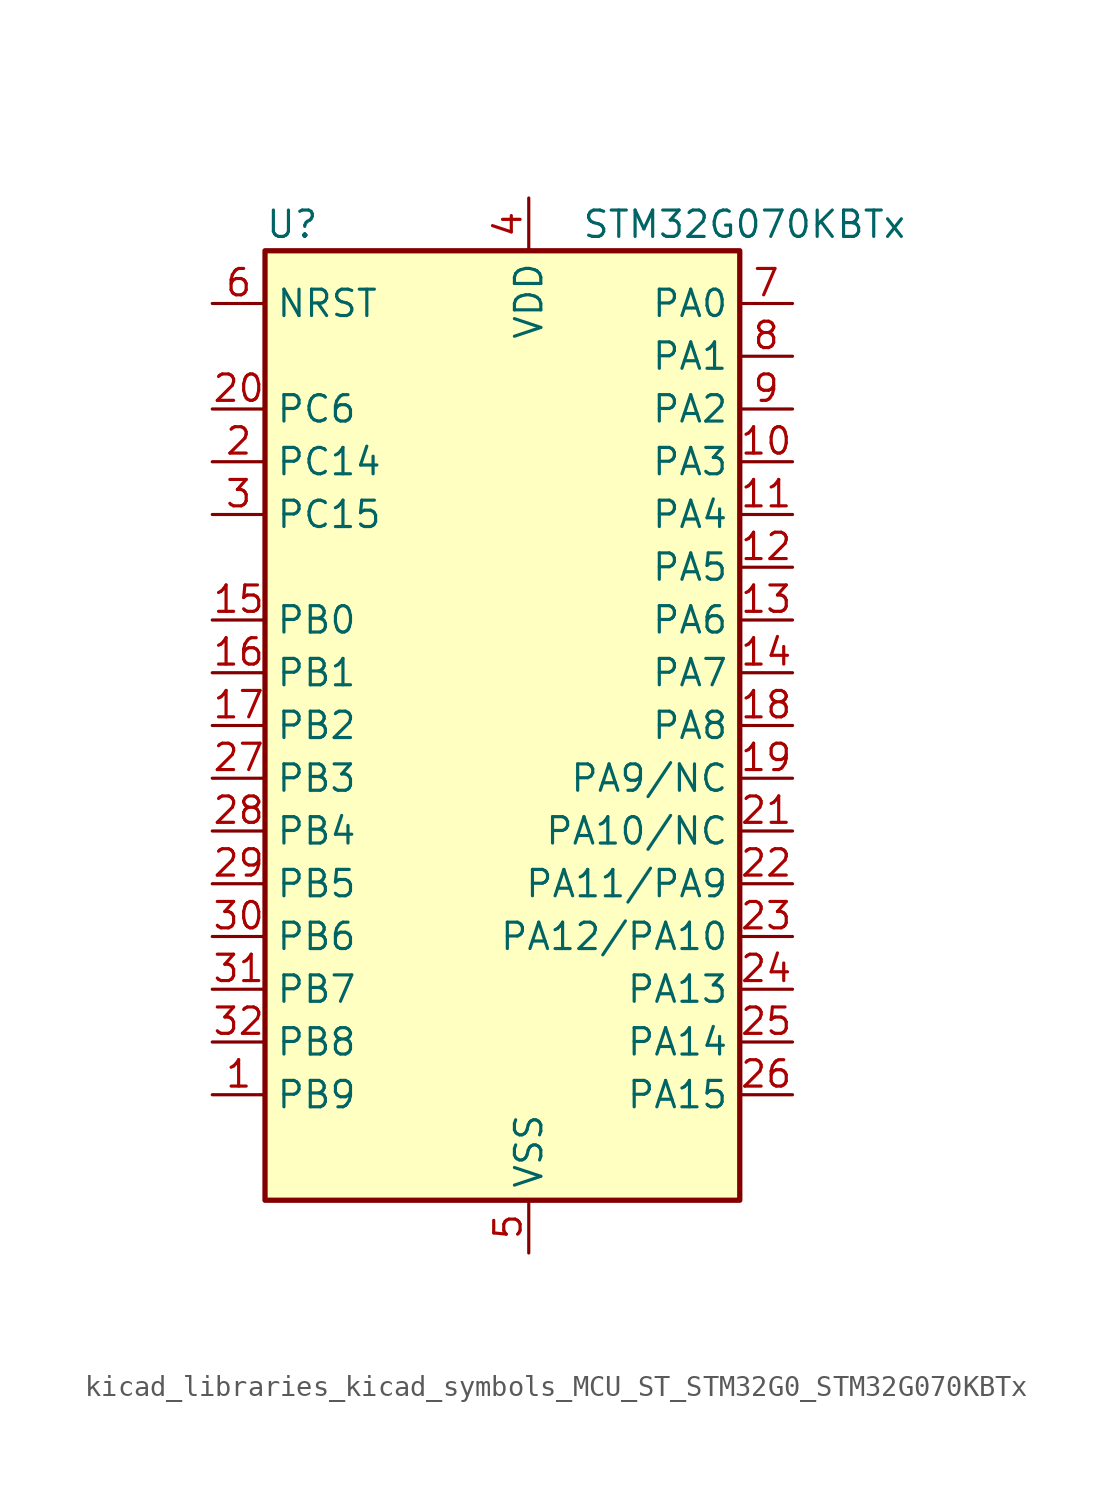
<source format=kicad_sym>
(kicad_symbol_lib
  (version 20220914)
  (generator kicad_symbol_editor)
  (symbol "kicad_libraries_kicad_symbols_MCU_ST_STM32G0_STM32G070KBTx"
    (property "Reference" "U"
      (at -10.16 24.13 0)
      (effects (font (size 1.27 1.27)) (justify left)))
    (property "Value" "STM32G070KBTx"
      (at 5.08 24.13 0)
      (effects (font (size 1.27 1.27)) (justify left)))
    (property "ki_locked" ""
      (at 0 0 0)
      (effects (font (size 1.27 1.27))))
    (symbol "kicad_libraries_kicad_symbols_MCU_ST_STM32G0_STM32G070KBTx_0_1"
      (rectangle (start -10.16 -22.86) (end 12.7 22.86) (stroke (width 0.254) (type default)) (fill (type background))))
    (symbol "kicad_libraries_kicad_symbols_MCU_ST_STM32G0_STM32G070KBTx_1_1"
      (pin bidirectional line (at -12.7 -17.78 0) (length 2.54) (name "PB9" (effects (font (size 1.27 1.27)))) (number "1" (effects (font (size 1.27 1.27)))) (alternate "I2C1_SDA" bidirectional line) (alternate "IR_OUT" bidirectional line) (alternate "SPI2_NSS" bidirectional line) (alternate "TIM17_CH1" bidirectional line) (alternate "USART3_RX" bidirectional line))
      (pin bidirectional line (at 15.24 12.7 180) (length 2.54) (name "PA3" (effects (font (size 1.27 1.27)))) (number "10" (effects (font (size 1.27 1.27)))) (alternate "ADC1_IN3" bidirectional line) (alternate "SPI2_MISO" bidirectional line) (alternate "TIM15_CH2" bidirectional line) (alternate "USART2_RX" bidirectional line))
      (pin bidirectional line (at 15.24 10.16 180) (length 2.54) (name "PA4" (effects (font (size 1.27 1.27)))) (number "11" (effects (font (size 1.27 1.27)))) (alternate "ADC1_IN4" bidirectional line) (alternate "I2S1_WS" bidirectional line) (alternate "RTC_OUT_ALARM" bidirectional line) (alternate "RTC_OUT_CALIB" bidirectional line) (alternate "RTC_TAMP_IN1" bidirectional line) (alternate "RTC_TS" bidirectional line) (alternate "SPI1_NSS" bidirectional line) (alternate "SPI2_MOSI" bidirectional line) (alternate "SYS_WKUP2" bidirectional line) (alternate "TIM14_CH1" bidirectional line))
      (pin bidirectional line (at 15.24 7.62 180) (length 2.54) (name "PA5" (effects (font (size 1.27 1.27)))) (number "12" (effects (font (size 1.27 1.27)))) (alternate "ADC1_IN5" bidirectional line) (alternate "I2S1_CK" bidirectional line) (alternate "SPI1_SCK" bidirectional line) (alternate "USART3_TX" bidirectional line))
      (pin bidirectional line (at 15.24 5.08 180) (length 2.54) (name "PA6" (effects (font (size 1.27 1.27)))) (number "13" (effects (font (size 1.27 1.27)))) (alternate "ADC1_IN6" bidirectional line) (alternate "I2S1_MCK" bidirectional line) (alternate "SPI1_MISO" bidirectional line) (alternate "TIM16_CH1" bidirectional line) (alternate "TIM1_BK" bidirectional line) (alternate "TIM3_CH1" bidirectional line) (alternate "USART3_CTS" bidirectional line) (alternate "USART3_NSS" bidirectional line))
      (pin bidirectional line (at 15.24 2.54 180) (length 2.54) (name "PA7" (effects (font (size 1.27 1.27)))) (number "14" (effects (font (size 1.27 1.27)))) (alternate "ADC1_IN7" bidirectional line) (alternate "I2S1_SD" bidirectional line) (alternate "SPI1_MOSI" bidirectional line) (alternate "TIM14_CH1" bidirectional line) (alternate "TIM17_CH1" bidirectional line) (alternate "TIM1_CH1N" bidirectional line) (alternate "TIM3_CH2" bidirectional line))
      (pin bidirectional line (at -12.7 5.08 0) (length 2.54) (name "PB0" (effects (font (size 1.27 1.27)))) (number "15" (effects (font (size 1.27 1.27)))) (alternate "ADC1_IN8" bidirectional line) (alternate "I2S1_WS" bidirectional line) (alternate "SPI1_NSS" bidirectional line) (alternate "TIM1_CH2N" bidirectional line) (alternate "TIM3_CH3" bidirectional line) (alternate "USART3_RX" bidirectional line))
      (pin bidirectional line (at -12.7 2.54 0) (length 2.54) (name "PB1" (effects (font (size 1.27 1.27)))) (number "16" (effects (font (size 1.27 1.27)))) (alternate "ADC1_IN9" bidirectional line) (alternate "TIM14_CH1" bidirectional line) (alternate "TIM1_CH3N" bidirectional line) (alternate "TIM3_CH4" bidirectional line) (alternate "USART3_CK" bidirectional line) (alternate "USART3_DE" bidirectional line) (alternate "USART3_RTS" bidirectional line))
      (pin bidirectional line (at -12.7 0 0) (length 2.54) (name "PB2" (effects (font (size 1.27 1.27)))) (number "17" (effects (font (size 1.27 1.27)))) (alternate "ADC1_IN10" bidirectional line) (alternate "SPI2_MISO" bidirectional line) (alternate "USART3_TX" bidirectional line))
      (pin bidirectional line (at 15.24 0 180) (length 2.54) (name "PA8" (effects (font (size 1.27 1.27)))) (number "18" (effects (font (size 1.27 1.27)))) (alternate "RCC_MCO" bidirectional line) (alternate "SPI2_NSS" bidirectional line) (alternate "TIM1_CH1" bidirectional line))
      (pin bidirectional line (at 15.24 -2.54 180) (length 2.54) (name "PA9/NC" (effects (font (size 1.27 1.27)))) (number "19" (effects (font (size 1.27 1.27)))) (alternate "I2C1_SCL" bidirectional line) (alternate "RCC_MCO" bidirectional line) (alternate "SPI2_MISO" bidirectional line) (alternate "TIM15_BK" bidirectional line) (alternate "TIM1_CH2" bidirectional line) (alternate "USART1_TX" bidirectional line))
      (pin bidirectional line (at -12.7 12.7 0) (length 2.54) (name "PC14" (effects (font (size 1.27 1.27)))) (number "2" (effects (font (size 1.27 1.27)))) (alternate "RCC_OSC32_IN" bidirectional line) (alternate "RCC_OSC_IN" bidirectional line) (alternate "TIM1_BK2" bidirectional line))
      (pin bidirectional line (at -12.7 15.24 0) (length 2.54) (name "PC6" (effects (font (size 1.27 1.27)))) (number "20" (effects (font (size 1.27 1.27)))) (alternate "TIM3_CH1" bidirectional line))
      (pin bidirectional line (at 15.24 -5.08 180) (length 2.54) (name "PA10/NC" (effects (font (size 1.27 1.27)))) (number "21" (effects (font (size 1.27 1.27)))) (alternate "I2C1_SDA" bidirectional line) (alternate "SPI2_MOSI" bidirectional line) (alternate "TIM17_BK" bidirectional line) (alternate "TIM1_CH3" bidirectional line) (alternate "USART1_RX" bidirectional line))
      (pin bidirectional line (at 15.24 -7.62 180) (length 2.54) (name "PA11/PA9" (effects (font (size 1.27 1.27)))) (number "22" (effects (font (size 1.27 1.27)))) (alternate "ADC1_EXTI11" bidirectional line) (alternate "I2C2_SCL" bidirectional line) (alternate "I2S1_MCK" bidirectional line) (alternate "SPI1_MISO" bidirectional line) (alternate "TIM1_BK2" bidirectional line) (alternate "TIM1_CH4" bidirectional line) (alternate "USART1_CTS" bidirectional line) (alternate "USART1_NSS" bidirectional line))
      (pin bidirectional line (at 15.24 -10.16 180) (length 2.54) (name "PA12/PA10" (effects (font (size 1.27 1.27)))) (number "23" (effects (font (size 1.27 1.27)))) (alternate "I2C2_SDA" bidirectional line) (alternate "I2S1_SD" bidirectional line) (alternate "I2S_CKIN" bidirectional line) (alternate "SPI1_MOSI" bidirectional line) (alternate "TIM1_ETR" bidirectional line) (alternate "USART1_CK" bidirectional line) (alternate "USART1_DE" bidirectional line) (alternate "USART1_RTS" bidirectional line))
      (pin bidirectional line (at 15.24 -12.7 180) (length 2.54) (name "PA13" (effects (font (size 1.27 1.27)))) (number "24" (effects (font (size 1.27 1.27)))) (alternate "IR_OUT" bidirectional line) (alternate "SYS_SWDIO" bidirectional line))
      (pin bidirectional line (at 15.24 -15.24 180) (length 2.54) (name "PA14" (effects (font (size 1.27 1.27)))) (number "25" (effects (font (size 1.27 1.27)))) (alternate "SYS_SWCLK" bidirectional line) (alternate "USART2_TX" bidirectional line))
      (pin bidirectional line (at 15.24 -17.78 180) (length 2.54) (name "PA15" (effects (font (size 1.27 1.27)))) (number "26" (effects (font (size 1.27 1.27)))) (alternate "I2S1_WS" bidirectional line) (alternate "SPI1_NSS" bidirectional line) (alternate "USART2_RX" bidirectional line) (alternate "USART3_CK" bidirectional line) (alternate "USART3_DE" bidirectional line) (alternate "USART3_RTS" bidirectional line) (alternate "USART4_CK" bidirectional line) (alternate "USART4_DE" bidirectional line) (alternate "USART4_RTS" bidirectional line))
      (pin bidirectional line (at -12.7 -2.54 0) (length 2.54) (name "PB3" (effects (font (size 1.27 1.27)))) (number "27" (effects (font (size 1.27 1.27)))) (alternate "I2S1_CK" bidirectional line) (alternate "SPI1_SCK" bidirectional line) (alternate "TIM1_CH2" bidirectional line) (alternate "USART1_CK" bidirectional line) (alternate "USART1_DE" bidirectional line) (alternate "USART1_RTS" bidirectional line))
      (pin bidirectional line (at -12.7 -5.08 0) (length 2.54) (name "PB4" (effects (font (size 1.27 1.27)))) (number "28" (effects (font (size 1.27 1.27)))) (alternate "I2S1_MCK" bidirectional line) (alternate "SPI1_MISO" bidirectional line) (alternate "TIM17_BK" bidirectional line) (alternate "TIM3_CH1" bidirectional line) (alternate "USART1_CTS" bidirectional line) (alternate "USART1_NSS" bidirectional line))
      (pin bidirectional line (at -12.7 -7.62 0) (length 2.54) (name "PB5" (effects (font (size 1.27 1.27)))) (number "29" (effects (font (size 1.27 1.27)))) (alternate "I2C1_SMBA" bidirectional line) (alternate "I2S1_SD" bidirectional line) (alternate "SPI1_MOSI" bidirectional line) (alternate "SYS_WKUP6" bidirectional line) (alternate "TIM16_BK" bidirectional line) (alternate "TIM3_CH2" bidirectional line))
      (pin bidirectional line (at -12.7 10.16 0) (length 2.54) (name "PC15" (effects (font (size 1.27 1.27)))) (number "3" (effects (font (size 1.27 1.27)))) (alternate "RCC_OSC32_EN" bidirectional line) (alternate "RCC_OSC32_OUT" bidirectional line) (alternate "RCC_OSC_EN" bidirectional line) (alternate "TIM15_BK" bidirectional line))
      (pin bidirectional line (at -12.7 -10.16 0) (length 2.54) (name "PB6" (effects (font (size 1.27 1.27)))) (number "30" (effects (font (size 1.27 1.27)))) (alternate "I2C1_SCL" bidirectional line) (alternate "SPI2_MISO" bidirectional line) (alternate "TIM16_CH1N" bidirectional line) (alternate "TIM1_CH3" bidirectional line) (alternate "USART1_TX" bidirectional line))
      (pin bidirectional line (at -12.7 -12.7 0) (length 2.54) (name "PB7" (effects (font (size 1.27 1.27)))) (number "31" (effects (font (size 1.27 1.27)))) (alternate "I2C1_SDA" bidirectional line) (alternate "SPI2_MOSI" bidirectional line) (alternate "TIM17_CH1N" bidirectional line) (alternate "USART1_RX" bidirectional line) (alternate "USART4_CTS" bidirectional line) (alternate "USART4_NSS" bidirectional line))
      (pin bidirectional line (at -12.7 -15.24 0) (length 2.54) (name "PB8" (effects (font (size 1.27 1.27)))) (number "32" (effects (font (size 1.27 1.27)))) (alternate "I2C1_SCL" bidirectional line) (alternate "SPI2_SCK" bidirectional line) (alternate "TIM15_BK" bidirectional line) (alternate "TIM16_CH1" bidirectional line) (alternate "USART3_TX" bidirectional line))
      (pin power_in line (at 2.54 25.4 270) (length 2.54) (name "VDD" (effects (font (size 1.27 1.27)))) (number "4" (effects (font (size 1.27 1.27)))))
      (pin power_in line (at 2.54 -25.4 90) (length 2.54) (name "VSS" (effects (font (size 1.27 1.27)))) (number "5" (effects (font (size 1.27 1.27)))))
      (pin input line (at -12.7 20.32 0) (length 2.54) (name "NRST" (effects (font (size 1.27 1.27)))) (number "6" (effects (font (size 1.27 1.27)))))
      (pin bidirectional line (at 15.24 20.32 180) (length 2.54) (name "PA0" (effects (font (size 1.27 1.27)))) (number "7" (effects (font (size 1.27 1.27)))) (alternate "ADC1_IN0" bidirectional line) (alternate "RTC_TAMP_IN2" bidirectional line) (alternate "SPI2_SCK" bidirectional line) (alternate "SYS_WKUP1" bidirectional line) (alternate "USART2_CTS" bidirectional line) (alternate "USART2_NSS" bidirectional line) (alternate "USART4_TX" bidirectional line))
      (pin bidirectional line (at 15.24 17.78 180) (length 2.54) (name "PA1" (effects (font (size 1.27 1.27)))) (number "8" (effects (font (size 1.27 1.27)))) (alternate "ADC1_IN1" bidirectional line) (alternate "I2C1_SMBA" bidirectional line) (alternate "I2S1_CK" bidirectional line) (alternate "SPI1_SCK" bidirectional line) (alternate "TIM15_CH1N" bidirectional line) (alternate "USART2_CK" bidirectional line) (alternate "USART2_DE" bidirectional line) (alternate "USART2_RTS" bidirectional line) (alternate "USART4_RX" bidirectional line))
      (pin bidirectional line (at 15.24 15.24 180) (length 2.54) (name "PA2" (effects (font (size 1.27 1.27)))) (number "9" (effects (font (size 1.27 1.27)))) (alternate "ADC1_IN2" bidirectional line) (alternate "I2S1_SD" bidirectional line) (alternate "RCC_LSCO" bidirectional line) (alternate "SPI1_MOSI" bidirectional line) (alternate "SYS_WKUP4" bidirectional line) (alternate "TIM15_CH1" bidirectional line) (alternate "USART2_TX" bidirectional line)))))
</source>
